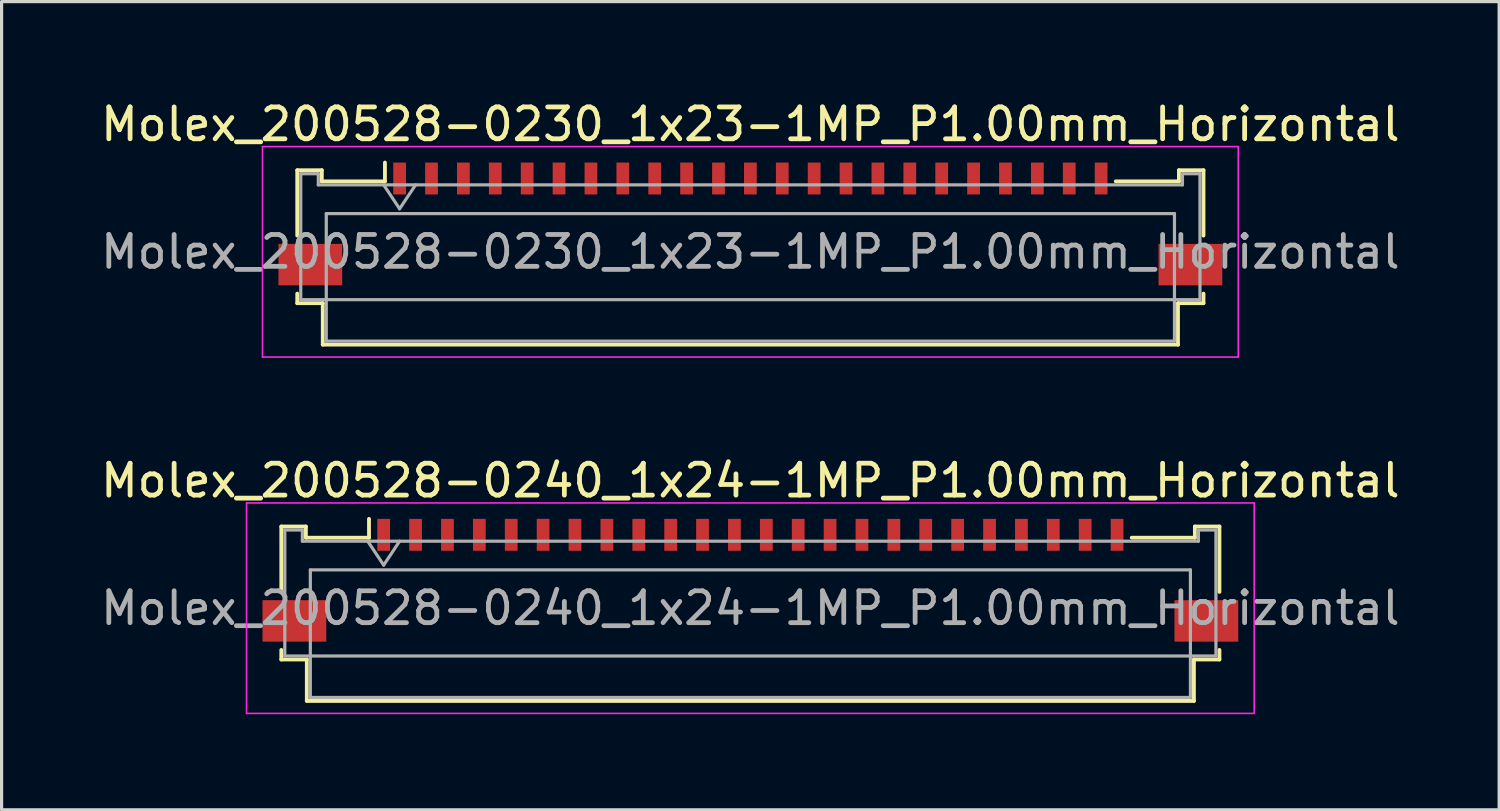
<source format=kicad_pcb>
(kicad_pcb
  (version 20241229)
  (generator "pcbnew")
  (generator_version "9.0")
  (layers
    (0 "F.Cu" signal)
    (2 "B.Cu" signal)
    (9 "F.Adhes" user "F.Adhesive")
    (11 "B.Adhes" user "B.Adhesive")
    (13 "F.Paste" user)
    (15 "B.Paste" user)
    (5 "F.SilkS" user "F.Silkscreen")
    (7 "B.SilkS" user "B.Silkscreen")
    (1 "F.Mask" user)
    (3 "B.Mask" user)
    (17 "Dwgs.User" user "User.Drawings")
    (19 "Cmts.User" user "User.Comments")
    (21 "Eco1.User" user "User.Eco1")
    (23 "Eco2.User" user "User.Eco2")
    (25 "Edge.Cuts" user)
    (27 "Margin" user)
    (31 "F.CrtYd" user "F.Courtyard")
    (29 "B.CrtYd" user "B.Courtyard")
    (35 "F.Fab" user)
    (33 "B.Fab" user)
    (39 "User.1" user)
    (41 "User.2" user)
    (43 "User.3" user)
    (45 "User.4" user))
  (footprint "Molex_200528-0240_1x24-1MP_P1.00mm_Horizontal"
    (layer "F.Cu")
    (at 20.482 14.632)
    (property "Reference" "Molex_200528-0240_1x24-1MP_P1.00mm_Horizontal" (at 0 -2.61 0) (layer "F.SilkS") (effects (font (size 1 1) (thickness 0.15))))
    (attr smd)
    (fp_line (start -14.71 -1.17) (end -14.71 0.88) (stroke (width 0.12) (type solid)) (layer "F.SilkS"))
    (fp_line (start -14.71 2.7) (end -14.71 3) (stroke (width 0.12) (type solid)) (layer "F.SilkS"))
    (fp_line (start -14.71 3) (end -13.91 3) (stroke (width 0.12) (type solid)) (layer "F.SilkS"))
    (fp_line (start -13.94 -1.17) (end -14.71 -1.17) (stroke (width 0.12) (type solid)) (layer "F.SilkS"))
    (fp_line (start -13.94 -0.82) (end -13.94 -1.17) (stroke (width 0.12) (type solid)) (layer "F.SilkS"))
    (fp_line (start -13.91 3) (end -13.91 4.3) (stroke (width 0.12) (type solid)) (layer "F.SilkS"))
    (fp_line (start -13.91 4.3) (end 13.91 4.3) (stroke (width 0.12) (type solid)) (layer "F.SilkS"))
    (fp_line (start -11.96 -1.41) (end -11.96 -0.82) (stroke (width 0.12) (type solid)) (layer "F.SilkS"))
    (fp_line (start -11.96 -0.82) (end -13.94 -0.82) (stroke (width 0.12) (type solid)) (layer "F.SilkS"))
    (fp_line (start 13.91 3) (end 14.71 3) (stroke (width 0.12) (type solid)) (layer "F.SilkS"))
    (fp_line (start 13.91 4.3) (end 13.91 3) (stroke (width 0.12) (type solid)) (layer "F.SilkS"))
    (fp_line (start 13.94 -1.17) (end 13.94 -0.82) (stroke (width 0.12) (type solid)) (layer "F.SilkS"))
    (fp_line (start 13.94 -0.82) (end 11.96 -0.82) (stroke (width 0.12) (type solid)) (layer "F.SilkS"))
    (fp_line (start 14.71 -1.17) (end 13.94 -1.17) (stroke (width 0.12) (type solid)) (layer "F.SilkS"))
    (fp_line (start 14.71 0.88) (end 14.71 -1.17) (stroke (width 0.12) (type solid)) (layer "F.SilkS"))
    (fp_line (start 14.71 3) (end 14.71 2.7) (stroke (width 0.12) (type solid)) (layer "F.SilkS"))
    (fp_line (start -15.8 -1.91) (end -15.8 4.69) (stroke (width 0.05) (type solid)) (layer "F.CrtYd"))
    (fp_line (start -15.8 4.69) (end 15.8 4.69) (stroke (width 0.05) (type solid)) (layer "F.CrtYd"))
    (fp_line (start 15.8 -1.91) (end -15.8 -1.91) (stroke (width 0.05) (type solid)) (layer "F.CrtYd"))
    (fp_line (start 15.8 4.69) (end 15.8 -1.91) (stroke (width 0.05) (type solid)) (layer "F.CrtYd"))
    (fp_line (start -14.6 -1.06) (end -14.6 2.89) (stroke (width 0.1) (type solid)) (layer "F.Fab"))
    (fp_line (start -14.6 2.89) (end 14.6 2.89) (stroke (width 0.1) (type solid)) (layer "F.Fab"))
    (fp_line (start -14.05 -1.06) (end -14.6 -1.06) (stroke (width 0.1) (type solid)) (layer "F.Fab"))
    (fp_line (start -14.05 -0.71) (end -14.05 -1.06) (stroke (width 0.1) (type solid)) (layer "F.Fab"))
    (fp_line (start -13.8 0.19) (end -13.8 4.19) (stroke (width 0.1) (type solid)) (layer "F.Fab"))
    (fp_line (start -13.8 4.19) (end 13.8 4.19) (stroke (width 0.1) (type solid)) (layer "F.Fab"))
    (fp_line (start -12 -0.71) (end -11.5 0.04) (stroke (width 0.1) (type solid)) (layer "F.Fab"))
    (fp_line (start -11.5 0.04) (end -11 -0.71) (stroke (width 0.1) (type solid)) (layer "F.Fab"))
    (fp_line (start 13.8 0.19) (end -13.8 0.19) (stroke (width 0.1) (type solid)) (layer "F.Fab"))
    (fp_line (start 13.8 4.19) (end 13.8 0.19) (stroke (width 0.1) (type solid)) (layer "F.Fab"))
    (fp_line (start 14.05 -1.06) (end 14.05 -0.71) (stroke (width 0.1) (type solid)) (layer "F.Fab"))
    (fp_line (start 14.05 -0.71) (end -14.05 -0.71) (stroke (width 0.1) (type solid)) (layer "F.Fab"))
    (fp_line (start 14.6 -1.06) (end 14.05 -1.06) (stroke (width 0.1) (type solid)) (layer "F.Fab"))
    (fp_line (start 14.6 2.89) (end 14.6 -1.06) (stroke (width 0.1) (type solid)) (layer "F.Fab"))
    (fp_text user "${REFERENCE}" (at 0 1.39 0) (layer "F.Fab") (effects (font (size 1 1) (thickness 0.15))))
    (pad "1" smd rect (at -11.5 -0.91) (size 0.4 1) (layers "F.Cu" "F.Mask" "F.Paste"))
    (pad "2" smd rect (at -10.5 -0.91) (size 0.4 1) (layers "F.Cu" "F.Mask" "F.Paste"))
    (pad "3" smd rect (at -9.5 -0.91) (size 0.4 1) (layers "F.Cu" "F.Mask" "F.Paste"))
    (pad "4" smd rect (at -8.5 -0.91) (size 0.4 1) (layers "F.Cu" "F.Mask" "F.Paste"))
    (pad "5" smd rect (at -7.5 -0.91) (size 0.4 1) (layers "F.Cu" "F.Mask" "F.Paste"))
    (pad "6" smd rect (at -6.5 -0.91) (size 0.4 1) (layers "F.Cu" "F.Mask" "F.Paste"))
    (pad "7" smd rect (at -5.5 -0.91) (size 0.4 1) (layers "F.Cu" "F.Mask" "F.Paste"))
    (pad "8" smd rect (at -4.5 -0.91) (size 0.4 1) (layers "F.Cu" "F.Mask" "F.Paste"))
    (pad "9" smd rect (at -3.5 -0.91) (size 0.4 1) (layers "F.Cu" "F.Mask" "F.Paste"))
    (pad "10" smd rect (at -2.5 -0.91) (size 0.4 1) (layers "F.Cu" "F.Mask" "F.Paste"))
    (pad "11" smd rect (at -1.5 -0.91) (size 0.4 1) (layers "F.Cu" "F.Mask" "F.Paste"))
    (pad "12" smd rect (at -0.5 -0.91) (size 0.4 1) (layers "F.Cu" "F.Mask" "F.Paste"))
    (pad "13" smd rect (at 0.5 -0.91) (size 0.4 1) (layers "F.Cu" "F.Mask" "F.Paste"))
    (pad "14" smd rect (at 1.5 -0.91) (size 0.4 1) (layers "F.Cu" "F.Mask" "F.Paste"))
    (pad "15" smd rect (at 2.5 -0.91) (size 0.4 1) (layers "F.Cu" "F.Mask" "F.Paste"))
    (pad "16" smd rect (at 3.5 -0.91) (size 0.4 1) (layers "F.Cu" "F.Mask" "F.Paste"))
    (pad "17" smd rect (at 4.5 -0.91) (size 0.4 1) (layers "F.Cu" "F.Mask" "F.Paste"))
    (pad "18" smd rect (at 5.5 -0.91) (size 0.4 1) (layers "F.Cu" "F.Mask" "F.Paste"))
    (pad "19" smd rect (at 6.5 -0.91) (size 0.4 1) (layers "F.Cu" "F.Mask" "F.Paste"))
    (pad "20" smd rect (at 7.5 -0.91) (size 0.4 1) (layers "F.Cu" "F.Mask" "F.Paste"))
    (pad "21" smd rect (at 8.5 -0.91) (size 0.4 1) (layers "F.Cu" "F.Mask" "F.Paste"))
    (pad "22" smd rect (at 9.5 -0.91) (size 0.4 1) (layers "F.Cu" "F.Mask" "F.Paste"))
    (pad "23" smd rect (at 10.5 -0.91) (size 0.4 1) (layers "F.Cu" "F.Mask" "F.Paste"))
    (pad "24" smd rect (at 11.5 -0.91) (size 0.4 1) (layers "F.Cu" "F.Mask" "F.Paste"))
    (pad "MP" smd rect (at -14.3 1.79) (size 2 1.3) (layers "F.Cu" "F.Mask" "F.Paste"))
    (pad "MP" smd rect (at 14.3 1.79) (size 2 1.3) (layers "F.Cu" "F.Mask" "F.Paste")))
  (footprint "Molex_200528-0230_1x23-1MP_P1.00mm_Horizontal"
    (layer "F.Cu")
    (at 20.482 3.458)
    (property "Reference" "Molex_200528-0230_1x23-1MP_P1.00mm_Horizontal" (at 0 -2.61 0) (layer "F.SilkS") (effects (font (size 1 1) (thickness 0.15))))
    (attr smd)
    (fp_line (start -14.21 -1.17) (end -14.21 0.88) (stroke (width 0.12) (type solid)) (layer "F.SilkS"))
    (fp_line (start -14.21 2.7) (end -14.21 3) (stroke (width 0.12) (type solid)) (layer "F.SilkS"))
    (fp_line (start -14.21 3) (end -13.41 3) (stroke (width 0.12) (type solid)) (layer "F.SilkS"))
    (fp_line (start -13.44 -1.17) (end -14.21 -1.17) (stroke (width 0.12) (type solid)) (layer "F.SilkS"))
    (fp_line (start -13.44 -0.82) (end -13.44 -1.17) (stroke (width 0.12) (type solid)) (layer "F.SilkS"))
    (fp_line (start -13.41 3) (end -13.41 4.3) (stroke (width 0.12) (type solid)) (layer "F.SilkS"))
    (fp_line (start -13.41 4.3) (end 13.41 4.3) (stroke (width 0.12) (type solid)) (layer "F.SilkS"))
    (fp_line (start -11.46 -1.41) (end -11.46 -0.82) (stroke (width 0.12) (type solid)) (layer "F.SilkS"))
    (fp_line (start -11.46 -0.82) (end -13.44 -0.82) (stroke (width 0.12) (type solid)) (layer "F.SilkS"))
    (fp_line (start 13.41 3) (end 14.21 3) (stroke (width 0.12) (type solid)) (layer "F.SilkS"))
    (fp_line (start 13.41 4.3) (end 13.41 3) (stroke (width 0.12) (type solid)) (layer "F.SilkS"))
    (fp_line (start 13.44 -1.17) (end 13.44 -0.82) (stroke (width 0.12) (type solid)) (layer "F.SilkS"))
    (fp_line (start 13.44 -0.82) (end 11.46 -0.82) (stroke (width 0.12) (type solid)) (layer "F.SilkS"))
    (fp_line (start 14.21 -1.17) (end 13.44 -1.17) (stroke (width 0.12) (type solid)) (layer "F.SilkS"))
    (fp_line (start 14.21 0.88) (end 14.21 -1.17) (stroke (width 0.12) (type solid)) (layer "F.SilkS"))
    (fp_line (start 14.21 3) (end 14.21 2.7) (stroke (width 0.12) (type solid)) (layer "F.SilkS"))
    (fp_line (start -15.3 -1.91) (end -15.3 4.69) (stroke (width 0.05) (type solid)) (layer "F.CrtYd"))
    (fp_line (start -15.3 4.69) (end 15.3 4.69) (stroke (width 0.05) (type solid)) (layer "F.CrtYd"))
    (fp_line (start 15.3 -1.91) (end -15.3 -1.91) (stroke (width 0.05) (type solid)) (layer "F.CrtYd"))
    (fp_line (start 15.3 4.69) (end 15.3 -1.91) (stroke (width 0.05) (type solid)) (layer "F.CrtYd"))
    (fp_line (start -14.1 -1.06) (end -14.1 2.89) (stroke (width 0.1) (type solid)) (layer "F.Fab"))
    (fp_line (start -14.1 2.89) (end 14.1 2.89) (stroke (width 0.1) (type solid)) (layer "F.Fab"))
    (fp_line (start -13.55 -1.06) (end -14.1 -1.06) (stroke (width 0.1) (type solid)) (layer "F.Fab"))
    (fp_line (start -13.55 -0.71) (end -13.55 -1.06) (stroke (width 0.1) (type solid)) (layer "F.Fab"))
    (fp_line (start -13.3 0.19) (end -13.3 4.19) (stroke (width 0.1) (type solid)) (layer "F.Fab"))
    (fp_line (start -13.3 4.19) (end 13.3 4.19) (stroke (width 0.1) (type solid)) (layer "F.Fab"))
    (fp_line (start -11.5 -0.71) (end -11 0.04) (stroke (width 0.1) (type solid)) (layer "F.Fab"))
    (fp_line (start -11 0.04) (end -10.5 -0.71) (stroke (width 0.1) (type solid)) (layer "F.Fab"))
    (fp_line (start 13.3 0.19) (end -13.3 0.19) (stroke (width 0.1) (type solid)) (layer "F.Fab"))
    (fp_line (start 13.3 4.19) (end 13.3 0.19) (stroke (width 0.1) (type solid)) (layer "F.Fab"))
    (fp_line (start 13.55 -1.06) (end 13.55 -0.71) (stroke (width 0.1) (type solid)) (layer "F.Fab"))
    (fp_line (start 13.55 -0.71) (end -13.55 -0.71) (stroke (width 0.1) (type solid)) (layer "F.Fab"))
    (fp_line (start 14.1 -1.06) (end 13.55 -1.06) (stroke (width 0.1) (type solid)) (layer "F.Fab"))
    (fp_line (start 14.1 2.89) (end 14.1 -1.06) (stroke (width 0.1) (type solid)) (layer "F.Fab"))
    (fp_text user "${REFERENCE}" (at 0 1.39 0) (layer "F.Fab") (effects (font (size 1 1) (thickness 0.15))))
    (pad "1" smd rect (at -11 -0.91) (size 0.4 1) (layers "F.Cu" "F.Mask" "F.Paste"))
    (pad "2" smd rect (at -10 -0.91) (size 0.4 1) (layers "F.Cu" "F.Mask" "F.Paste"))
    (pad "3" smd rect (at -9 -0.91) (size 0.4 1) (layers "F.Cu" "F.Mask" "F.Paste"))
    (pad "4" smd rect (at -8 -0.91) (size 0.4 1) (layers "F.Cu" "F.Mask" "F.Paste"))
    (pad "5" smd rect (at -7 -0.91) (size 0.4 1) (layers "F.Cu" "F.Mask" "F.Paste"))
    (pad "6" smd rect (at -6 -0.91) (size 0.4 1) (layers "F.Cu" "F.Mask" "F.Paste"))
    (pad "7" smd rect (at -5 -0.91) (size 0.4 1) (layers "F.Cu" "F.Mask" "F.Paste"))
    (pad "8" smd rect (at -4 -0.91) (size 0.4 1) (layers "F.Cu" "F.Mask" "F.Paste"))
    (pad "9" smd rect (at -3 -0.91) (size 0.4 1) (layers "F.Cu" "F.Mask" "F.Paste"))
    (pad "10" smd rect (at -2 -0.91) (size 0.4 1) (layers "F.Cu" "F.Mask" "F.Paste"))
    (pad "11" smd rect (at -1 -0.91) (size 0.4 1) (layers "F.Cu" "F.Mask" "F.Paste"))
    (pad "12" smd rect (at 0 -0.91) (size 0.4 1) (layers "F.Cu" "F.Mask" "F.Paste"))
    (pad "13" smd rect (at 1 -0.91) (size 0.4 1) (layers "F.Cu" "F.Mask" "F.Paste"))
    (pad "14" smd rect (at 2 -0.91) (size 0.4 1) (layers "F.Cu" "F.Mask" "F.Paste"))
    (pad "15" smd rect (at 3 -0.91) (size 0.4 1) (layers "F.Cu" "F.Mask" "F.Paste"))
    (pad "16" smd rect (at 4 -0.91) (size 0.4 1) (layers "F.Cu" "F.Mask" "F.Paste"))
    (pad "17" smd rect (at 5 -0.91) (size 0.4 1) (layers "F.Cu" "F.Mask" "F.Paste"))
    (pad "18" smd rect (at 6 -0.91) (size 0.4 1) (layers "F.Cu" "F.Mask" "F.Paste"))
    (pad "19" smd rect (at 7 -0.91) (size 0.4 1) (layers "F.Cu" "F.Mask" "F.Paste"))
    (pad "20" smd rect (at 8 -0.91) (size 0.4 1) (layers "F.Cu" "F.Mask" "F.Paste"))
    (pad "21" smd rect (at 9 -0.91) (size 0.4 1) (layers "F.Cu" "F.Mask" "F.Paste"))
    (pad "22" smd rect (at 10 -0.91) (size 0.4 1) (layers "F.Cu" "F.Mask" "F.Paste"))
    (pad "23" smd rect (at 11 -0.91) (size 0.4 1) (layers "F.Cu" "F.Mask" "F.Paste"))
    (pad "MP" smd rect (at -13.8 1.79) (size 2 1.3) (layers "F.Cu" "F.Mask" "F.Paste"))
    (pad "MP" smd rect (at 13.8 1.79) (size 2 1.3) (layers "F.Cu" "F.Mask" "F.Paste")))
  (gr_rect
    (start -3 -3)
    (end 43.964 22.346)
    (stroke (width 0.1) (type default))
    (fill no)
    (layer "Edge.Cuts")))
</source>
